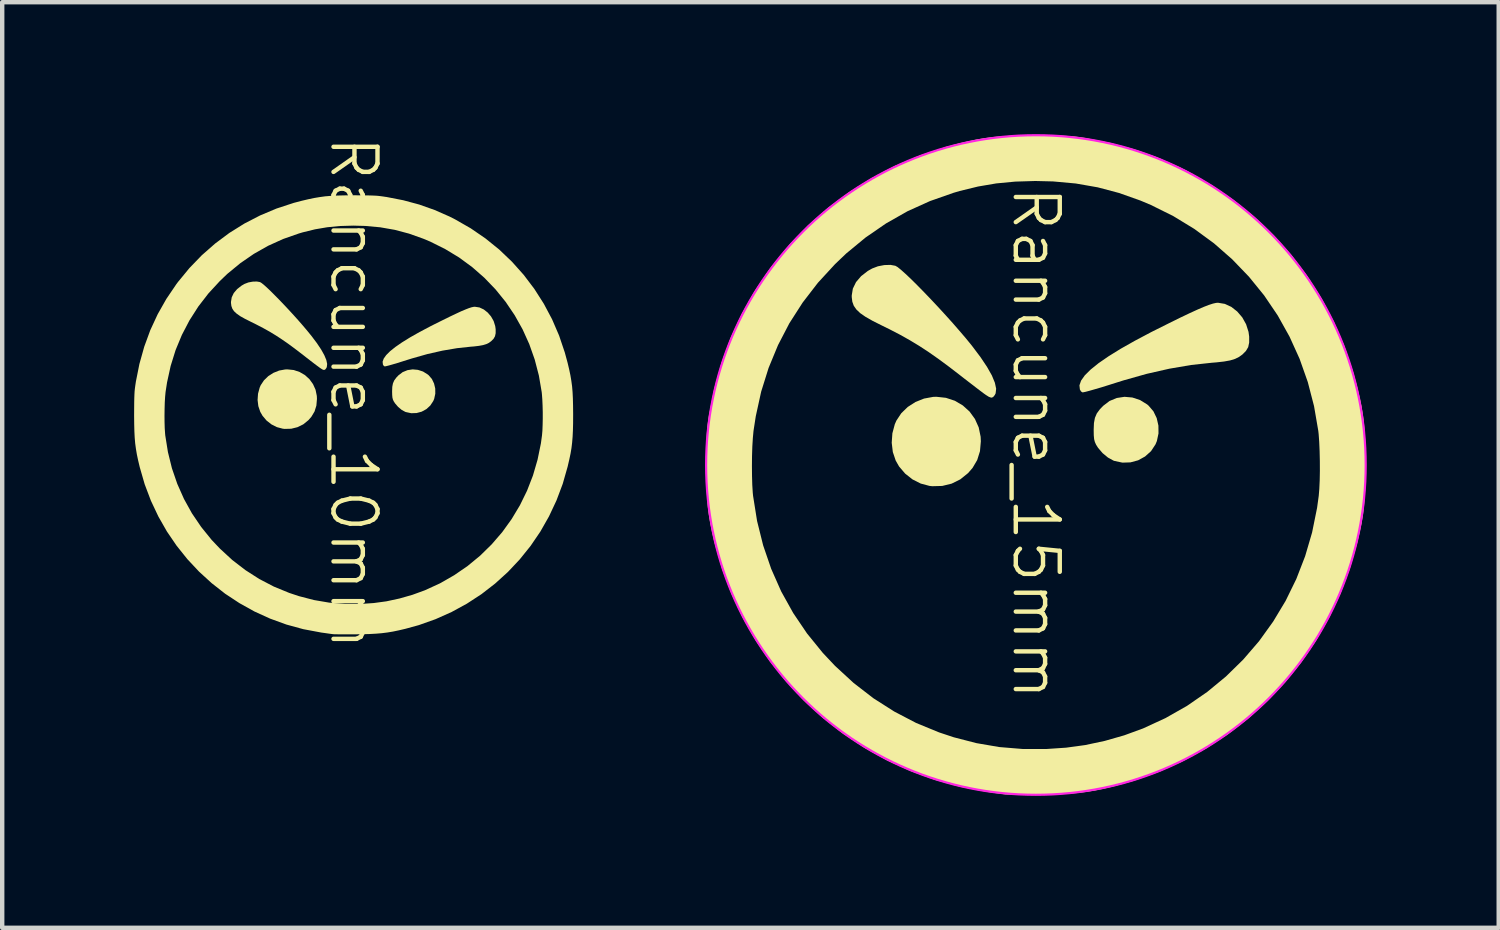
<source format=kicad_pcb>
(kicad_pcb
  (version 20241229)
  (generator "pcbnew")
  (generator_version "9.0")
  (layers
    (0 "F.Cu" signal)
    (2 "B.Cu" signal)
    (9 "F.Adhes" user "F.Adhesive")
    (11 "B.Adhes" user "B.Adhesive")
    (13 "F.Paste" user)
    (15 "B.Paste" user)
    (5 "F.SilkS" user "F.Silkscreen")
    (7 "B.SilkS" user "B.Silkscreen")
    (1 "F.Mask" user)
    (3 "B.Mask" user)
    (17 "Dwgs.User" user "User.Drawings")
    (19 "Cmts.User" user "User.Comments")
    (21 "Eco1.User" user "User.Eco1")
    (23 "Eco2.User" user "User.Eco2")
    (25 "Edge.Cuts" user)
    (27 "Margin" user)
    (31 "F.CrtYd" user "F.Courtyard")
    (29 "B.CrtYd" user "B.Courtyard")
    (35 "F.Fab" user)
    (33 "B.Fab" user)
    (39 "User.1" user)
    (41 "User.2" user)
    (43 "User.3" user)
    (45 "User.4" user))
  (footprint "Rancune_15mm"
    (layer "F.Cu")
    (at 20.508 7.525)
    (property "Reference" "Rancune_15mm" (at 0 -0.5 270) (unlocked yes) (layer "F.SilkS") (effects (font (size 1 1) (thickness 0.1))))
    (attr smd exclude_from_pos_files exclude_from_bom dnp)
    (fp_poly (pts (xy -2.046 -1.528) (xy -1.843 -1.461) (xy -1.663 -1.355) (xy -1.509 -1.216) (xy -1.387 -1.048) (xy -1.301 -0.856) (xy -1.257 -0.644) (xy -1.252 -0.54) (xy -1.272 -0.314) (xy -1.335 -0.113) (xy -1.441 0.067) (xy -1.543 0.184) (xy -1.719 0.326) (xy -1.917 0.424) (xy -2.131 0.476) (xy -2.357 0.482) (xy -2.42 0.475) (xy -2.619 0.422) (xy -2.807 0.327) (xy -2.974 0.195) (xy -3.112 0.033) (xy -3.188 -0.1) (xy -3.254 -0.295) (xy -3.279 -0.506) (xy -3.264 -0.721) (xy -3.209 -0.927) (xy -3.172 -1.011) (xy -3.062 -1.177) (xy -2.915 -1.32) (xy -2.739 -1.433) (xy -2.544 -1.511) (xy -2.338 -1.549) (xy -2.265 -1.552)) (stroke (width 0) (type solid)) (fill yes) (layer "F.SilkS"))
    (fp_poly (pts (xy 2.194 -1.535) (xy 2.369 -1.477) (xy 2.531 -1.377) (xy 2.563 -1.349) (xy 2.672 -1.222) (xy 2.747 -1.067) (xy 2.786 -0.896) (xy 2.788 -0.718) (xy 2.751 -0.545) (xy 2.72 -0.47) (xy 2.618 -0.315) (xy 2.483 -0.194) (xy 2.325 -0.107) (xy 2.15 -0.06) (xy 1.968 -0.054) (xy 1.785 -0.093) (xy 1.763 -0.101) (xy 1.639 -0.169) (xy 1.517 -0.27) (xy 1.414 -0.39) (xy 1.368 -0.463) (xy 1.341 -0.523) (xy 1.324 -0.588) (xy 1.316 -0.675) (xy 1.314 -0.797) (xy 1.314 -0.801) (xy 1.32 -0.954) (xy 1.342 -1.072) (xy 1.385 -1.173) (xy 1.456 -1.269) (xy 1.529 -1.345) (xy 1.674 -1.456) (xy 1.839 -1.524) (xy 2.015 -1.551)) (stroke (width 0) (type solid)) (fill yes) (layer "F.SilkS"))
    (fp_poly (pts (xy 4.297 -3.664) (xy 4.444 -3.596) (xy 4.578 -3.491) (xy 4.693 -3.357) (xy 4.78 -3.201) (xy 4.835 -3.029) (xy 4.85 -2.921) (xy 4.85 -2.785) (xy 4.828 -2.681) (xy 4.777 -2.595) (xy 4.696 -2.513) (xy 4.618 -2.457) (xy 4.529 -2.413) (xy 4.419 -2.379) (xy 4.28 -2.354) (xy 4.104 -2.334) (xy 4.004 -2.326) (xy 3.532 -2.275) (xy 3.034 -2.19) (xy 2.519 -2.073) (xy 1.994 -1.925) (xy 1.844 -1.878) (xy 1.664 -1.821) (xy 1.495 -1.768) (xy 1.344 -1.724) (xy 1.218 -1.688) (xy 1.123 -1.663) (xy 1.067 -1.652) (xy 1.06 -1.652) (xy 1.026 -1.673) (xy 1 -1.718) (xy 0.99 -1.812) (xy 1.027 -1.919) (xy 1.112 -2.039) (xy 1.245 -2.171) (xy 1.425 -2.316) (xy 1.653 -2.473) (xy 1.929 -2.644) (xy 2.253 -2.827) (xy 2.625 -3.024) (xy 2.741 -3.082) (xy 3.031 -3.227) (xy 3.28 -3.35) (xy 3.492 -3.451) (xy 3.669 -3.532) (xy 3.815 -3.595) (xy 3.934 -3.641) (xy 4.027 -3.671) (xy 4.099 -3.687) (xy 4.142 -3.69)) (stroke (width 0) (type solid)) (fill yes) (layer "F.SilkS"))
    (fp_poly (pts (xy -3.197 -4.531) (xy -3.146 -4.502) (xy -3.067 -4.438) (xy -2.963 -4.345) (xy -2.838 -4.227) (xy -2.698 -4.088) (xy -2.545 -3.932) (xy -2.383 -3.763) (xy -2.218 -3.587) (xy -2.052 -3.406) (xy -1.89 -3.226) (xy -1.737 -3.05) (xy -1.595 -2.884) (xy -1.469 -2.73) (xy -1.448 -2.703) (xy -1.259 -2.452) (xy -1.11 -2.229) (xy -1.001 -2.036) (xy -0.933 -1.871) (xy -0.904 -1.735) (xy -0.916 -1.629) (xy -0.936 -1.59) (xy -0.974 -1.544) (xy -1.014 -1.531) (xy -1.069 -1.55) (xy -1.137 -1.593) (xy -1.185 -1.627) (xy -1.265 -1.687) (xy -1.37 -1.767) (xy -1.493 -1.862) (xy -1.627 -1.965) (xy -1.687 -2.012) (xy -1.962 -2.224) (xy -2.209 -2.407) (xy -2.437 -2.567) (xy -2.654 -2.709) (xy -2.869 -2.839) (xy -3.09 -2.963) (xy -3.327 -3.086) (xy -3.512 -3.177) (xy -3.715 -3.279) (xy -3.875 -3.37) (xy -3.996 -3.454) (xy -4.083 -3.537) (xy -4.142 -3.622) (xy -4.175 -3.714) (xy -4.188 -3.818) (xy -4.188 -3.857) (xy -4.163 -4.011) (xy -4.091 -4.159) (xy -3.976 -4.294) (xy -3.823 -4.413) (xy -3.724 -4.469) (xy -3.593 -4.519) (xy -3.447 -4.547) (xy -3.306 -4.551)) (stroke (width 0) (type solid)) (fill yes) (layer "F.SilkS"))
    (fp_poly (pts (xy 0.227 -7.494) (xy 0.412 -7.493) (xy 0.564 -7.49) (xy 0.691 -7.485) (xy 0.8 -7.478) (xy 0.901 -7.468) (xy 1.002 -7.455) (xy 1.11 -7.439) (xy 1.117 -7.438) (xy 1.695 -7.325) (xy 2.242 -7.178) (xy 2.767 -6.993) (xy 3.276 -6.768) (xy 3.466 -6.673) (xy 4 -6.366) (xy 4.503 -6.021) (xy 4.973 -5.64) (xy 5.408 -5.225) (xy 5.808 -4.778) (xy 6.17 -4.3) (xy 6.493 -3.794) (xy 6.775 -3.261) (xy 7.016 -2.704) (xy 7.212 -2.125) (xy 7.308 -1.771) (xy 7.36 -1.548) (xy 7.402 -1.348) (xy 7.434 -1.159) (xy 7.459 -0.971) (xy 7.476 -0.775) (xy 7.487 -0.561) (xy 7.493 -0.318) (xy 7.495 -0.036) (xy 7.495 0) (xy 7.493 0.287) (xy 7.488 0.534) (xy 7.477 0.751) (xy 7.461 0.949) (xy 7.438 1.137) (xy 7.406 1.325) (xy 7.365 1.524) (xy 7.314 1.743) (xy 7.308 1.771) (xy 7.139 2.359) (xy 6.926 2.925) (xy 6.671 3.468) (xy 6.376 3.986) (xy 6.043 4.476) (xy 5.673 4.937) (xy 5.269 5.366) (xy 4.832 5.763) (xy 4.365 6.124) (xy 3.868 6.449) (xy 3.345 6.734) (xy 2.798 6.979) (xy 2.227 7.181) (xy 1.767 7.308) (xy 1.543 7.361) (xy 1.341 7.402) (xy 1.15 7.434) (xy 0.958 7.458) (xy 0.756 7.475) (xy 0.533 7.486) (xy 0.276 7.492) (xy 0.113 7.495) (xy -0.075 7.496) (xy -0.251 7.497) (xy -0.408 7.497) (xy -0.538 7.496) (xy -0.633 7.494) (xy -0.687 7.492) (xy -0.688 7.492) (xy -0.75 7.484) (xy -0.849 7.471) (xy -0.972 7.454) (xy -1.106 7.435) (xy -1.129 7.431) (xy -1.721 7.319) (xy -2.296 7.162) (xy -2.852 6.96) (xy -3.388 6.716) (xy -3.9 6.432) (xy -4.387 6.109) (xy -4.847 5.75) (xy -5.278 5.356) (xy -5.677 4.929) (xy -6.044 4.472) (xy -6.375 3.986) (xy -6.668 3.472) (xy -6.922 2.933) (xy -7.135 2.371) (xy -7.303 1.788) (xy -7.308 1.771) (xy -7.36 1.548) (xy -7.402 1.348) (xy -7.434 1.159) (xy -7.459 0.971) (xy -7.476 0.775) (xy -7.487 0.561) (xy -7.493 0.318) (xy -7.495 0.036) (xy -7.495 0.025) (xy -6.458 0.025) (xy -6.456 0.248) (xy -6.45 0.455) (xy -6.439 0.631) (xy -6.432 0.701) (xy -6.341 1.273) (xy -6.203 1.827) (xy -6.02 2.361) (xy -5.793 2.874) (xy -5.52 3.365) (xy -5.205 3.831) (xy -4.846 4.273) (xy -4.568 4.568) (xy -4.145 4.957) (xy -3.696 5.304) (xy -3.222 5.606) (xy -2.724 5.866) (xy -2.201 6.081) (xy -1.867 6.192) (xy -1.352 6.325) (xy -0.833 6.414) (xy -0.302 6.458) (xy 0.244 6.458) (xy 0.688 6.428) (xy 1.12 6.369) (xy 1.566 6.274) (xy 2.007 6.148) (xy 2.428 5.994) (xy 2.432 5.993) (xy 2.948 5.755) (xy 3.437 5.477) (xy 3.895 5.161) (xy 4.322 4.809) (xy 4.715 4.424) (xy 5.074 4.007) (xy 5.395 3.561) (xy 5.679 3.089) (xy 5.922 2.592) (xy 6.123 2.073) (xy 6.281 1.534) (xy 6.394 0.976) (xy 6.432 0.701) (xy 6.445 0.544) (xy 6.454 0.351) (xy 6.458 0.134) (xy 6.457 -0.093) (xy 6.452 -0.317) (xy 6.443 -0.525) (xy 6.43 -0.704) (xy 6.422 -0.776) (xy 6.325 -1.34) (xy 6.183 -1.887) (xy 5.997 -2.414) (xy 5.768 -2.919) (xy 5.499 -3.401) (xy 5.191 -3.856) (xy 4.845 -4.282) (xy 4.464 -4.678) (xy 4.049 -5.042) (xy 3.601 -5.37) (xy 3.124 -5.661) (xy 2.617 -5.913) (xy 2.377 -6.014) (xy 1.892 -6.186) (xy 1.405 -6.315) (xy 0.907 -6.402) (xy 0.391 -6.449) (xy -0.013 -6.459) (xy -0.471 -6.445) (xy -0.901 -6.404) (xy -1.317 -6.333) (xy -1.734 -6.231) (xy -1.871 -6.191) (xy -2.407 -6.003) (xy -2.92 -5.771) (xy -3.408 -5.494) (xy -3.873 -5.174) (xy -4.312 -4.812) (xy -4.568 -4.568) (xy -4.958 -4.144) (xy -5.304 -3.695) (xy -5.607 -3.223) (xy -5.865 -2.726) (xy -6.079 -2.208) (xy -6.248 -1.668) (xy -6.371 -1.107) (xy -6.422 -0.776) (xy -6.437 -0.616) (xy -6.449 -0.42) (xy -6.456 -0.202) (xy -6.458 0.025) (xy -7.495 0.025) (xy -7.495 0) (xy -7.494 -0.227) (xy -7.493 -0.412) (xy -7.49 -0.564) (xy -7.485 -0.691) (xy -7.478 -0.8) (xy -7.468 -0.901) (xy -7.455 -1.002) (xy -7.439 -1.11) (xy -7.438 -1.117) (xy -7.316 -1.733) (xy -7.151 -2.324) (xy -6.943 -2.891) (xy -6.691 -3.434) (xy -6.395 -3.957) (xy -6.054 -4.459) (xy -5.996 -4.537) (xy -5.607 -5.01) (xy -5.184 -5.448) (xy -4.729 -5.847) (xy -4.245 -6.208) (xy -3.733 -6.528) (xy -3.196 -6.807) (xy -2.634 -7.042) (xy -2.052 -7.233) (xy -1.771 -7.308) (xy -1.548 -7.36) (xy -1.348 -7.402) (xy -1.159 -7.434) (xy -0.971 -7.459) (xy -0.775 -7.476) (xy -0.561 -7.487) (xy -0.318 -7.493) (xy -0.036 -7.495) (xy 0 -7.495)) (stroke (width 0) (type solid)) (fill yes) (layer "F.SilkS"))
    (fp_circle (center 0 0) (end 7.5 0) (stroke (width 0.05) (type default)) (fill no) (layer "F.CrtYd")))
  (footprint "Rancune_10mm"
    (layer "F.Cu")
    (at 4.992 6.383)
    (property "Reference" "Rancune_10mm" (at 0 -0.5 270) (unlocked yes) (layer "F.SilkS") (effects (font (size 1 1) (thickness 0.1))))
    (attr smd exclude_from_pos_files exclude_from_bom dnp)
    (fp_poly (pts (xy -1.362 -1.018) (xy -1.228 -0.973) (xy -1.107 -0.903) (xy -1.005 -0.81) (xy -0.924 -0.698) (xy -0.866 -0.57) (xy -0.837 -0.429) (xy -0.834 -0.36) (xy -0.847 -0.209) (xy -0.889 -0.075) (xy -0.96 0.044) (xy -1.028 0.122) (xy -1.145 0.217) (xy -1.277 0.282) (xy -1.419 0.317) (xy -1.57 0.321) (xy -1.612 0.316) (xy -1.744 0.281) (xy -1.869 0.218) (xy -1.981 0.13) (xy -2.072 0.022) (xy -2.123 -0.067) (xy -2.167 -0.196) (xy -2.184 -0.337) (xy -2.174 -0.48) (xy -2.137 -0.617) (xy -2.113 -0.673) (xy -2.039 -0.784) (xy -1.941 -0.879) (xy -1.824 -0.954) (xy -1.694 -1.006) (xy -1.557 -1.031) (xy -1.508 -1.033)) (stroke (width 0) (type solid)) (fill yes) (layer "F.SilkS"))
    (fp_poly (pts (xy 1.461 -1.022) (xy 1.578 -0.984) (xy 1.685 -0.917) (xy 1.707 -0.899) (xy 1.78 -0.814) (xy 1.829 -0.711) (xy 1.856 -0.597) (xy 1.857 -0.478) (xy 1.832 -0.363) (xy 1.811 -0.313) (xy 1.743 -0.21) (xy 1.654 -0.129) (xy 1.548 -0.071) (xy 1.432 -0.04) (xy 1.31 -0.036) (xy 1.189 -0.062) (xy 1.174 -0.067) (xy 1.092 -0.112) (xy 1.011 -0.18) (xy 0.942 -0.26) (xy 0.911 -0.308) (xy 0.893 -0.348) (xy 0.882 -0.392) (xy 0.877 -0.45) (xy 0.875 -0.531) (xy 0.875 -0.533) (xy 0.879 -0.635) (xy 0.894 -0.714) (xy 0.923 -0.781) (xy 0.97 -0.845) (xy 1.018 -0.896) (xy 1.115 -0.97) (xy 1.225 -1.015) (xy 1.342 -1.033)) (stroke (width 0) (type solid)) (fill yes) (layer "F.SilkS"))
    (fp_poly (pts (xy 2.862 -2.441) (xy 2.96 -2.395) (xy 3.049 -2.325) (xy 3.125 -2.236) (xy 3.184 -2.132) (xy 3.22 -2.017) (xy 3.23 -1.946) (xy 3.23 -1.855) (xy 3.215 -1.786) (xy 3.182 -1.728) (xy 3.128 -1.674) (xy 3.076 -1.636) (xy 3.016 -1.607) (xy 2.943 -1.585) (xy 2.851 -1.568) (xy 2.734 -1.554) (xy 2.667 -1.549) (xy 2.352 -1.515) (xy 2.021 -1.459) (xy 1.677 -1.381) (xy 1.328 -1.282) (xy 1.228 -1.251) (xy 1.108 -1.213) (xy 0.996 -1.178) (xy 0.895 -1.148) (xy 0.811 -1.124) (xy 0.748 -1.108) (xy 0.711 -1.1) (xy 0.706 -1.1) (xy 0.684 -1.114) (xy 0.666 -1.144) (xy 0.659 -1.207) (xy 0.684 -1.278) (xy 0.741 -1.358) (xy 0.829 -1.446) (xy 0.949 -1.542) (xy 1.101 -1.647) (xy 1.285 -1.761) (xy 1.501 -1.883) (xy 1.749 -2.014) (xy 1.826 -2.053) (xy 2.019 -2.149) (xy 2.185 -2.231) (xy 2.326 -2.298) (xy 2.444 -2.353) (xy 2.541 -2.394) (xy 2.62 -2.425) (xy 2.682 -2.445) (xy 2.73 -2.455) (xy 2.758 -2.457)) (stroke (width 0) (type solid)) (fill yes) (layer "F.SilkS"))
    (fp_poly (pts (xy -2.129 -3.018) (xy -2.095 -2.998) (xy -2.042 -2.956) (xy -1.973 -2.894) (xy -1.89 -2.815) (xy -1.797 -2.722) (xy -1.695 -2.619) (xy -1.587 -2.506) (xy -1.477 -2.389) (xy -1.367 -2.269) (xy -1.259 -2.149) (xy -1.157 -2.032) (xy -1.062 -1.92) (xy -0.979 -1.818) (xy -0.964 -1.8) (xy -0.838 -1.633) (xy -0.739 -1.485) (xy -0.667 -1.356) (xy -0.621 -1.246) (xy -0.602 -1.156) (xy -0.61 -1.085) (xy -0.623 -1.059) (xy -0.648 -1.028) (xy -0.675 -1.019) (xy -0.712 -1.032) (xy -0.757 -1.061) (xy -0.789 -1.084) (xy -0.843 -1.124) (xy -0.913 -1.177) (xy -0.995 -1.24) (xy -1.084 -1.309) (xy -1.123 -1.34) (xy -1.307 -1.481) (xy -1.471 -1.603) (xy -1.623 -1.709) (xy -1.768 -1.804) (xy -1.911 -1.891) (xy -2.058 -1.973) (xy -2.216 -2.055) (xy -2.339 -2.116) (xy -2.474 -2.184) (xy -2.581 -2.244) (xy -2.661 -2.301) (xy -2.72 -2.356) (xy -2.758 -2.412) (xy -2.78 -2.474) (xy -2.789 -2.543) (xy -2.789 -2.569) (xy -2.772 -2.672) (xy -2.725 -2.77) (xy -2.648 -2.86) (xy -2.546 -2.939) (xy -2.48 -2.977) (xy -2.393 -3.01) (xy -2.296 -3.028) (xy -2.202 -3.031)) (stroke (width 0) (type solid)) (fill yes) (layer "F.SilkS"))
    (fp_poly (pts (xy 0.151 -4.991) (xy 0.275 -4.99) (xy 0.376 -4.988) (xy 0.46 -4.985) (xy 0.533 -4.981) (xy 0.6 -4.974) (xy 0.667 -4.965) (xy 0.739 -4.954) (xy 0.744 -4.954) (xy 1.129 -4.879) (xy 1.493 -4.781) (xy 1.843 -4.657) (xy 2.182 -4.508) (xy 2.308 -4.444) (xy 2.664 -4.24) (xy 2.999 -4.01) (xy 3.312 -3.757) (xy 3.602 -3.48) (xy 3.868 -3.182) (xy 4.109 -2.864) (xy 4.324 -2.527) (xy 4.513 -2.172) (xy 4.673 -1.801) (xy 4.803 -1.415) (xy 4.867 -1.179) (xy 4.902 -1.031) (xy 4.93 -0.898) (xy 4.951 -0.772) (xy 4.968 -0.647) (xy 4.979 -0.516) (xy 4.986 -0.374) (xy 4.99 -0.212) (xy 4.992 -0.024) (xy 4.992 0) (xy 4.991 0.191) (xy 4.987 0.356) (xy 4.98 0.5) (xy 4.969 0.632) (xy 4.954 0.757) (xy 4.933 0.882) (xy 4.905 1.015) (xy 4.871 1.161) (xy 4.867 1.179) (xy 4.755 1.571) (xy 4.613 1.948) (xy 4.443 2.31) (xy 4.247 2.655) (xy 4.025 2.981) (xy 3.778 3.288) (xy 3.509 3.574) (xy 3.218 3.838) (xy 2.907 4.079) (xy 2.576 4.295) (xy 2.228 4.485) (xy 1.863 4.648) (xy 1.483 4.783) (xy 1.177 4.867) (xy 1.027 4.902) (xy 0.893 4.93) (xy 0.766 4.951) (xy 0.638 4.967) (xy 0.504 4.978) (xy 0.355 4.986) (xy 0.184 4.99) (xy 0.075 4.992) (xy -0.05 4.993) (xy -0.167 4.993) (xy -0.272 4.993) (xy -0.358 4.992) (xy -0.422 4.991) (xy -0.457 4.99) (xy -0.458 4.99) (xy -0.5 4.985) (xy -0.566 4.976) (xy -0.648 4.964) (xy -0.737 4.952) (xy -0.752 4.949) (xy -1.146 4.875) (xy -1.529 4.77) (xy -1.9 4.635) (xy -2.256 4.473) (xy -2.597 4.283) (xy -2.922 4.069) (xy -3.228 3.829) (xy -3.515 3.567) (xy -3.781 3.283) (xy -4.025 2.978) (xy -4.246 2.654) (xy -4.441 2.312) (xy -4.61 1.954) (xy -4.752 1.579) (xy -4.864 1.191) (xy -4.867 1.179) (xy -4.902 1.031) (xy -4.93 0.898) (xy -4.951 0.772) (xy -4.968 0.647) (xy -4.979 0.516) (xy -4.986 0.374) (xy -4.99 0.212) (xy -4.992 0.024) (xy -4.992 0.017) (xy -4.301 0.017) (xy -4.3 0.165) (xy -4.296 0.303) (xy -4.288 0.42) (xy -4.284 0.467) (xy -4.223 0.848) (xy -4.132 1.217) (xy -4.01 1.572) (xy -3.858 1.914) (xy -3.677 2.241) (xy -3.466 2.552) (xy -3.228 2.846) (xy -3.042 3.042) (xy -2.76 3.302) (xy -2.461 3.532) (xy -2.146 3.734) (xy -1.814 3.907) (xy -1.466 4.05) (xy -1.244 4.124) (xy -0.901 4.213) (xy -0.554 4.272) (xy -0.201 4.301) (xy 0.163 4.301) (xy 0.458 4.281) (xy 0.746 4.242) (xy 1.043 4.178) (xy 1.337 4.094) (xy 1.617 3.992) (xy 1.62 3.991) (xy 1.964 3.833) (xy 2.289 3.647) (xy 2.594 3.437) (xy 2.878 3.203) (xy 3.14 2.946) (xy 3.379 2.669) (xy 3.593 2.372) (xy 3.782 2.057) (xy 3.944 1.726) (xy 4.078 1.381) (xy 4.183 1.021) (xy 4.259 0.65) (xy 4.284 0.467) (xy 4.293 0.362) (xy 4.298 0.234) (xy 4.301 0.089) (xy 4.301 -0.062) (xy 4.297 -0.211) (xy 4.291 -0.35) (xy 4.282 -0.469) (xy 4.277 -0.517) (xy 4.213 -0.892) (xy 4.118 -1.257) (xy 3.994 -1.608) (xy 3.842 -1.944) (xy 3.662 -2.265) (xy 3.457 -2.568) (xy 3.227 -2.852) (xy 2.973 -3.116) (xy 2.697 -3.358) (xy 2.399 -3.577) (xy 2.08 -3.77) (xy 1.743 -3.938) (xy 1.583 -4.005) (xy 1.26 -4.12) (xy 0.936 -4.206) (xy 0.604 -4.264) (xy 0.26 -4.295) (xy -0.008 -4.302) (xy -0.314 -4.293) (xy -0.6 -4.265) (xy -0.877 -4.218) (xy -1.155 -4.15) (xy -1.246 -4.123) (xy -1.603 -3.998) (xy -1.945 -3.843) (xy -2.27 -3.659) (xy -2.579 -3.446) (xy -2.872 -3.205) (xy -3.042 -3.042) (xy -3.302 -2.76) (xy -3.533 -2.461) (xy -3.734 -2.146) (xy -3.906 -1.816) (xy -4.049 -1.471) (xy -4.161 -1.111) (xy -4.243 -0.737) (xy -4.277 -0.517) (xy -4.287 -0.41) (xy -4.295 -0.28) (xy -4.299 -0.135) (xy -4.301 0.017) (xy -4.992 0.017) (xy -4.992 0) (xy -4.991 -0.151) (xy -4.99 -0.275) (xy -4.988 -0.376) (xy -4.985 -0.46) (xy -4.981 -0.533) (xy -4.974 -0.6) (xy -4.965 -0.667) (xy -4.954 -0.739) (xy -4.954 -0.744) (xy -4.872 -1.155) (xy -4.762 -1.548) (xy -4.624 -1.925) (xy -4.456 -2.287) (xy -4.259 -2.635) (xy -4.032 -2.97) (xy -3.994 -3.021) (xy -3.734 -3.337) (xy -3.453 -3.628) (xy -3.15 -3.894) (xy -2.827 -4.135) (xy -2.486 -4.348) (xy -2.128 -4.533) (xy -1.755 -4.69) (xy -1.366 -4.818) (xy -1.179 -4.867) (xy -1.031 -4.902) (xy -0.898 -4.93) (xy -0.772 -4.951) (xy -0.647 -4.968) (xy -0.516 -4.979) (xy -0.374 -4.986) (xy -0.212 -4.99) (xy -0.024 -4.992) (xy 0 -4.992)) (stroke (width 0) (type solid)) (fill yes) (layer "F.SilkS")))
  (gr_rect
    (start -3 -3)
    (end 31.033 18.05)
    (stroke (width 0.1) (type default))
    (fill no)
    (layer "Edge.Cuts")))
</source>
